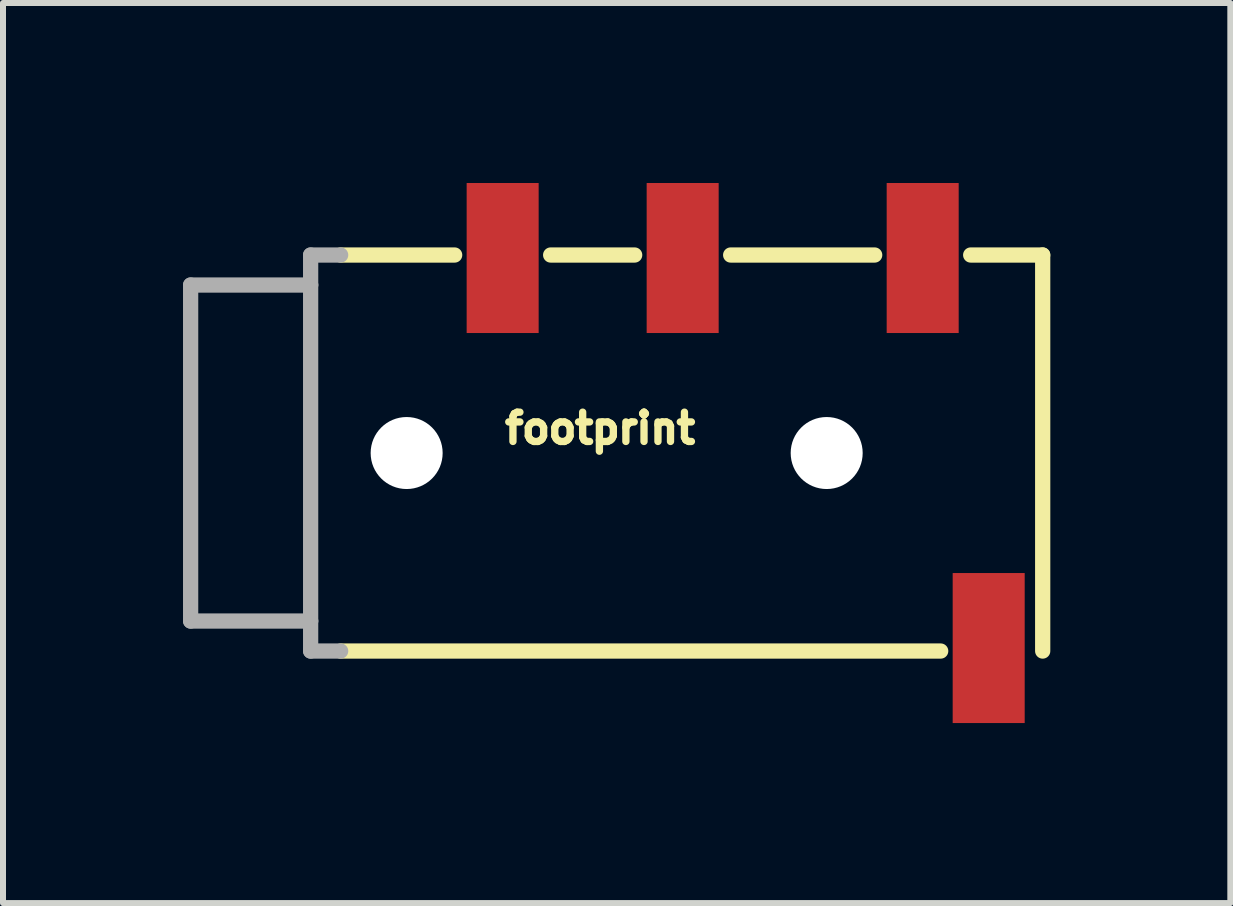
<source format=kicad_pcb>
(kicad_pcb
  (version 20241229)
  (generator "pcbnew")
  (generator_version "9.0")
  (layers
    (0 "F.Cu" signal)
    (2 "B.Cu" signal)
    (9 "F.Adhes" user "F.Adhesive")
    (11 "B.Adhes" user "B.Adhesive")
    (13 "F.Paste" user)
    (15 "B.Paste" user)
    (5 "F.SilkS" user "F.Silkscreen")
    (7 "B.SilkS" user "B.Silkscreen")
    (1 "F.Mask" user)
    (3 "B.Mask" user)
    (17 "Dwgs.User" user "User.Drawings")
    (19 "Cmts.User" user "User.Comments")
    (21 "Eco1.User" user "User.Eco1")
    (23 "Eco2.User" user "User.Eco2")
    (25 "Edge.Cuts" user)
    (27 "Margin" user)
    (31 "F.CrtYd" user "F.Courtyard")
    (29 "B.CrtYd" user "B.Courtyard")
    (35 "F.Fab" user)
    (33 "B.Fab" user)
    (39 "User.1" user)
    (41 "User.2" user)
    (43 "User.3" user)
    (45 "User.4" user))
  (footprint "footprint"
    (layer "F.Cu")
    (at 2.127 4.5)
    (property "Reference" "footprint" (at 3.175 -0.127 0) (layer "F.SilkS") (effects (font (size 0.488 0.488) (thickness 0.122)) (justify left bottom)))
    (fp_line (start 0.5 -3.3) (end 2.4 -3.3) (stroke (width 0.254) (type solid)) (layer "F.SilkS"))
    (fp_line (start 0.5 3.3) (end 10.5 3.3) (stroke (width 0.254) (type solid)) (layer "F.SilkS"))
    (fp_line (start 4 -3.3) (end 5.4 -3.3) (stroke (width 0.254) (type solid)) (layer "F.SilkS"))
    (fp_line (start 7 -3.3) (end 9.4 -3.3) (stroke (width 0.254) (type solid)) (layer "F.SilkS"))
    (fp_line (start 12.2 -3.3) (end 11 -3.3) (stroke (width 0.254) (type solid)) (layer "F.SilkS"))
    (fp_line (start 12.2 -3.3) (end 12.2 3.3) (stroke (width 0.254) (type solid)) (layer "F.SilkS"))
    (fp_line (start -2 -2.8) (end -2 2.8) (stroke (width 0.254) (type solid)) (layer "F.Fab"))
    (fp_line (start -2 2.8) (end 0 2.8) (stroke (width 0.254) (type solid)) (layer "F.Fab"))
    (fp_line (start 0 -3.3) (end 0 -2.8) (stroke (width 0.254) (type solid)) (layer "F.Fab"))
    (fp_line (start 0 -2.8) (end -2 -2.8) (stroke (width 0.254) (type solid)) (layer "F.Fab"))
    (fp_line (start 0 -2.8) (end 0 2.8) (stroke (width 0.254) (type solid)) (layer "F.Fab"))
    (fp_line (start 0 2.8) (end 0 3.3) (stroke (width 0.254) (type solid)) (layer "F.Fab"))
    (fp_line (start 0 3.3) (end 0.5 3.3) (stroke (width 0.254) (type solid)) (layer "F.Fab"))
    (fp_line (start 0.5 -3.3) (end 0 -3.3) (stroke (width 0.254) (type solid)) (layer "F.Fab"))
    (pad "" np_thru_hole circle (at 1.6 0) (size 1.2 1.2) (drill 1.2) (layers "*.Cu" "*.Mask"))
    (pad "" np_thru_hole circle (at 8.6 0) (size 1.2 1.2) (drill 1.2) (layers "*.Cu" "*.Mask"))
    (pad "EARTH" smd rect (at 11.3 3.25) (size 1.2 2.5) (layers "F.Cu" "F.Mask" "F.Paste"))
    (pad "RING1" smd rect (at 6.2 -3.25) (size 1.2 2.5) (layers "F.Cu" "F.Mask" "F.Paste"))
    (pad "RING2" smd rect (at 3.2 -3.25 180) (size 1.2 2.5) (layers "F.Cu" "F.Mask" "F.Paste"))
    (pad "TIP" smd rect (at 10.2 -3.25) (size 1.2 2.5) (layers "F.Cu" "F.Mask" "F.Paste")))
  (gr_rect
    (start -3 -3)
    (end 17.454 12)
    (stroke (width 0.1) (type default))
    (fill no)
    (layer "Edge.Cuts")))
</source>
